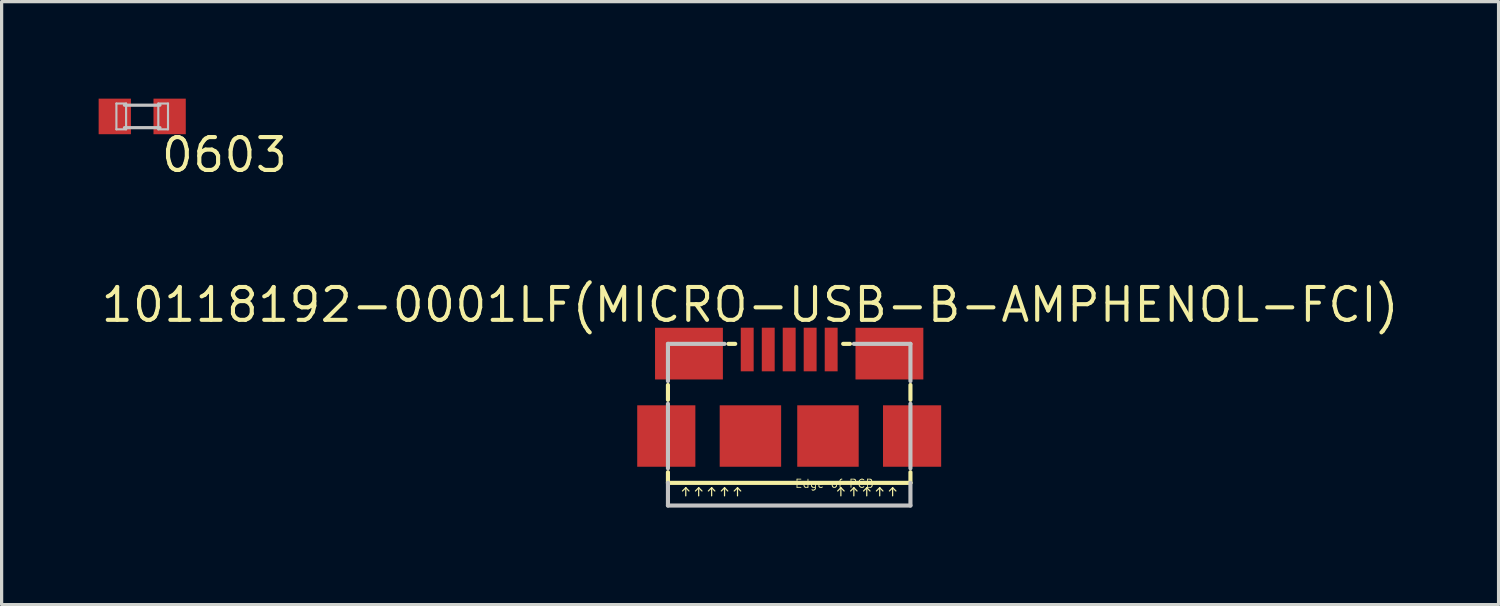
<source format=kicad_pcb>
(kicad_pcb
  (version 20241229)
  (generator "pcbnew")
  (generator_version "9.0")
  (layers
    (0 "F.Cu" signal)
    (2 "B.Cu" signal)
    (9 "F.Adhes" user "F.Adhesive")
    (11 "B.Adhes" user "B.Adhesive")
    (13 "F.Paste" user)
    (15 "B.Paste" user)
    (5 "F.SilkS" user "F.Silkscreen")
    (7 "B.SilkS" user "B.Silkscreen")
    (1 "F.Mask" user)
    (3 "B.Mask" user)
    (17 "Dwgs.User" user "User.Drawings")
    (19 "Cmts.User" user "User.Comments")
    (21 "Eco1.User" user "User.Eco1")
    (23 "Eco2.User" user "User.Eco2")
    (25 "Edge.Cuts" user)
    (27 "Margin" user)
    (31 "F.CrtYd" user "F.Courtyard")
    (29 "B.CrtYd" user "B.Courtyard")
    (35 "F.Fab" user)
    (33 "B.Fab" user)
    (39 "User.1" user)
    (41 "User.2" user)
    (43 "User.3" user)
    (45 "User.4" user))
  (footprint "0603"
    (layer "F.Cu")
    (at 1.347 0.55)
    (property "Reference" "0603" (at 2.54 1.191 0) (layer "F.SilkS") (effects (font (size 1.016 1.016) (thickness 0.127))))
    (attr smd)
    (fp_line (start -0.798 -0.399) (end -0.498 -0.399) (stroke (width 0.066) (type solid)) (layer "Dwgs.User"))
    (fp_line (start -0.798 0.399) (end -0.798 -0.399) (stroke (width 0.066) (type solid)) (layer "Dwgs.User"))
    (fp_line (start -0.798 0.399) (end -0.498 0.399) (stroke (width 0.066) (type solid)) (layer "Dwgs.User"))
    (fp_line (start -0.549 -0.348) (end 0.549 -0.348) (stroke (width 0.099) (type solid)) (layer "Dwgs.User"))
    (fp_line (start -0.549 0.348) (end 0.549 0.348) (stroke (width 0.099) (type solid)) (layer "Dwgs.User"))
    (fp_line (start -0.498 0.399) (end -0.498 -0.399) (stroke (width 0.066) (type solid)) (layer "Dwgs.User"))
    (fp_line (start 0.498 -0.399) (end 0.798 -0.399) (stroke (width 0.066) (type solid)) (layer "Dwgs.User"))
    (fp_line (start 0.498 0.399) (end 0.498 -0.399) (stroke (width 0.066) (type solid)) (layer "Dwgs.User"))
    (fp_line (start 0.498 0.399) (end 0.798 0.399) (stroke (width 0.066) (type solid)) (layer "Dwgs.User"))
    (fp_line (start 0.798 0.399) (end 0.798 -0.399) (stroke (width 0.066) (type solid)) (layer "Dwgs.User"))
    (pad "1" smd rect (at -0.848 0) (size 0.998 1.1) (layers "F.Cu" "F.Mask" "F.Paste"))
    (pad "2" smd rect (at 0.848 0) (size 0.998 1.1) (layers "F.Cu" "F.Mask" "F.Paste")))
  (footprint "10118192-0001LF(MICRO-USB-B-AMPHENOL-FCI)"
    (layer "F.Cu")
    (at 21.352 10.432)
    (property "Reference" "10118192-0001LF(MICRO-USB-B-AMPHENOL-FCI)" (at -1.209 -4.056 0) (layer "F.SilkS") (effects (font (size 1.016 1.016) (thickness 0.127))))
    (attr smd)
    (fp_line (start -3.749 -1.118) (end -3.749 -1.58) (stroke (width 0.127) (type solid)) (layer "F.SilkS"))
    (fp_line (start -3.749 1.448) (end -3.749 1.118) (stroke (width 0.127) (type solid)) (layer "F.SilkS"))
    (fp_line (start -3.749 1.448) (end 3.749 1.448) (stroke (width 0.127) (type solid)) (layer "F.SilkS"))
    (fp_line (start -3.198 1.598) (end -3.299 1.699) (stroke (width 0.038) (type solid)) (layer "F.SilkS"))
    (fp_line (start -3.198 1.598) (end -3.099 1.699) (stroke (width 0.038) (type solid)) (layer "F.SilkS"))
    (fp_line (start -3.198 1.849) (end -3.198 1.598) (stroke (width 0.038) (type solid)) (layer "F.SilkS"))
    (fp_line (start -2.799 1.598) (end -2.898 1.699) (stroke (width 0.038) (type solid)) (layer "F.SilkS"))
    (fp_line (start -2.799 1.598) (end -2.697 1.699) (stroke (width 0.038) (type solid)) (layer "F.SilkS"))
    (fp_line (start -2.799 1.849) (end -2.799 1.598) (stroke (width 0.038) (type solid)) (layer "F.SilkS"))
    (fp_line (start -2.398 1.598) (end -2.499 1.699) (stroke (width 0.038) (type solid)) (layer "F.SilkS"))
    (fp_line (start -2.398 1.598) (end -2.299 1.699) (stroke (width 0.038) (type solid)) (layer "F.SilkS"))
    (fp_line (start -2.398 1.849) (end -2.398 1.598) (stroke (width 0.038) (type solid)) (layer "F.SilkS"))
    (fp_line (start -1.999 1.598) (end -2.098 1.699) (stroke (width 0.038) (type solid)) (layer "F.SilkS"))
    (fp_line (start -1.999 1.598) (end -1.9 1.699) (stroke (width 0.038) (type solid)) (layer "F.SilkS"))
    (fp_line (start -1.999 1.849) (end -1.999 1.598) (stroke (width 0.038) (type solid)) (layer "F.SilkS"))
    (fp_line (start -1.88 -2.85) (end -1.669 -2.85) (stroke (width 0.127) (type solid)) (layer "F.SilkS"))
    (fp_line (start -1.598 1.598) (end -1.699 1.699) (stroke (width 0.038) (type solid)) (layer "F.SilkS"))
    (fp_line (start -1.598 1.598) (end -1.499 1.699) (stroke (width 0.038) (type solid)) (layer "F.SilkS"))
    (fp_line (start -1.598 1.849) (end -1.598 1.598) (stroke (width 0.038) (type solid)) (layer "F.SilkS"))
    (fp_line (start 1.598 1.598) (end 1.499 1.699) (stroke (width 0.038) (type solid)) (layer "F.SilkS"))
    (fp_line (start 1.598 1.598) (end 1.699 1.699) (stroke (width 0.038) (type solid)) (layer "F.SilkS"))
    (fp_line (start 1.598 1.849) (end 1.598 1.598) (stroke (width 0.038) (type solid)) (layer "F.SilkS"))
    (fp_line (start 1.669 -2.85) (end 1.88 -2.85) (stroke (width 0.127) (type solid)) (layer "F.SilkS"))
    (fp_line (start 1.999 1.598) (end 1.9 1.699) (stroke (width 0.038) (type solid)) (layer "F.SilkS"))
    (fp_line (start 1.999 1.598) (end 2.098 1.699) (stroke (width 0.038) (type solid)) (layer "F.SilkS"))
    (fp_line (start 1.999 1.849) (end 1.999 1.598) (stroke (width 0.038) (type solid)) (layer "F.SilkS"))
    (fp_line (start 2.398 1.598) (end 2.299 1.699) (stroke (width 0.038) (type solid)) (layer "F.SilkS"))
    (fp_line (start 2.398 1.598) (end 2.499 1.699) (stroke (width 0.038) (type solid)) (layer "F.SilkS"))
    (fp_line (start 2.398 1.849) (end 2.398 1.598) (stroke (width 0.038) (type solid)) (layer "F.SilkS"))
    (fp_line (start 2.799 1.598) (end 2.697 1.699) (stroke (width 0.038) (type solid)) (layer "F.SilkS"))
    (fp_line (start 2.799 1.598) (end 2.898 1.699) (stroke (width 0.038) (type solid)) (layer "F.SilkS"))
    (fp_line (start 2.799 1.849) (end 2.799 1.598) (stroke (width 0.038) (type solid)) (layer "F.SilkS"))
    (fp_line (start 3.198 1.598) (end 3.099 1.699) (stroke (width 0.038) (type solid)) (layer "F.SilkS"))
    (fp_line (start 3.198 1.598) (end 3.299 1.699) (stroke (width 0.038) (type solid)) (layer "F.SilkS"))
    (fp_line (start 3.198 1.849) (end 3.198 1.598) (stroke (width 0.038) (type solid)) (layer "F.SilkS"))
    (fp_line (start 3.749 -1.118) (end 3.749 -1.58) (stroke (width 0.127) (type solid)) (layer "F.SilkS"))
    (fp_line (start 3.749 1.448) (end 3.749 1.118) (stroke (width 0.127) (type solid)) (layer "F.SilkS"))
    (fp_line (start -3.749 -2.85) (end -3.749 -1.699) (stroke (width 0.127) (type solid)) (layer "Dwgs.User"))
    (fp_line (start -3.749 -0.998) (end -3.749 0.998) (stroke (width 0.127) (type solid)) (layer "Dwgs.User"))
    (fp_line (start -3.749 1.448) (end -3.749 2.149) (stroke (width 0.127) (type solid)) (layer "Dwgs.User"))
    (fp_line (start -3.749 2.149) (end 3.749 2.149) (stroke (width 0.127) (type solid)) (layer "Dwgs.User"))
    (fp_line (start -1.999 -2.85) (end -3.749 -2.85) (stroke (width 0.127) (type solid)) (layer "Dwgs.User"))
    (fp_line (start 1.999 -2.85) (end 3.749 -2.85) (stroke (width 0.127) (type solid)) (layer "Dwgs.User"))
    (fp_line (start 3.749 -2.85) (end 3.749 -1.699) (stroke (width 0.127) (type solid)) (layer "Dwgs.User"))
    (fp_line (start 3.749 -0.998) (end 3.749 0.998) (stroke (width 0.127) (type solid)) (layer "Dwgs.User"))
    (fp_line (start 3.749 2.149) (end 3.749 1.448) (stroke (width 0.127) (type solid)) (layer "Dwgs.User"))
    (fp_text user "Edge of PCB" (at 1.397 1.471 0) (layer "F.SilkS") (effects (font (size 0.254 0.254) (thickness 0.025))))
    (pad "CGND" smd rect (at -3.8 0) (size 1.798 1.9) (layers "F.Cu" "F.Mask" "F.Paste"))
    (pad "CGND" smd rect (at -3.099 -2.548) (size 2.098 1.598) (layers "F.Cu" "F.Mask" "F.Paste"))
    (pad "CGND" smd rect (at -1.199 0) (size 1.9 1.9) (layers "F.Cu" "F.Mask" "F.Paste"))
    (pad "CGND" smd rect (at 1.199 0) (size 1.9 1.9) (layers "F.Cu" "F.Mask" "F.Paste"))
    (pad "CGND" smd rect (at 3.099 -2.548) (size 2.098 1.598) (layers "F.Cu" "F.Mask" "F.Paste"))
    (pad "CGND" smd rect (at 3.8 0) (size 1.798 1.9) (layers "F.Cu" "F.Mask" "F.Paste"))
    (pad "D+" smd rect (at 0 -2.675) (size 0.399 1.349) (layers "F.Cu" "F.Mask" "F.Paste"))
    (pad "D-" smd rect (at -0.648 -2.675) (size 0.399 1.349) (layers "F.Cu" "F.Mask" "F.Paste"))
    (pad "GND" smd rect (at 1.298 -2.675) (size 0.399 1.349) (layers "F.Cu" "F.Mask" "F.Paste"))
    (pad "ID" smd rect (at 0.648 -2.675) (size 0.399 1.349) (layers "F.Cu" "F.Mask" "F.Paste"))
    (pad "VBUS" smd rect (at -1.298 -2.675) (size 0.399 1.349) (layers "F.Cu" "F.Mask" "F.Paste")))
  (gr_rect
    (start -3 -3)
    (end 43.286 15.644)
    (stroke (width 0.1) (type default))
    (fill no)
    (layer "Edge.Cuts")))
</source>
